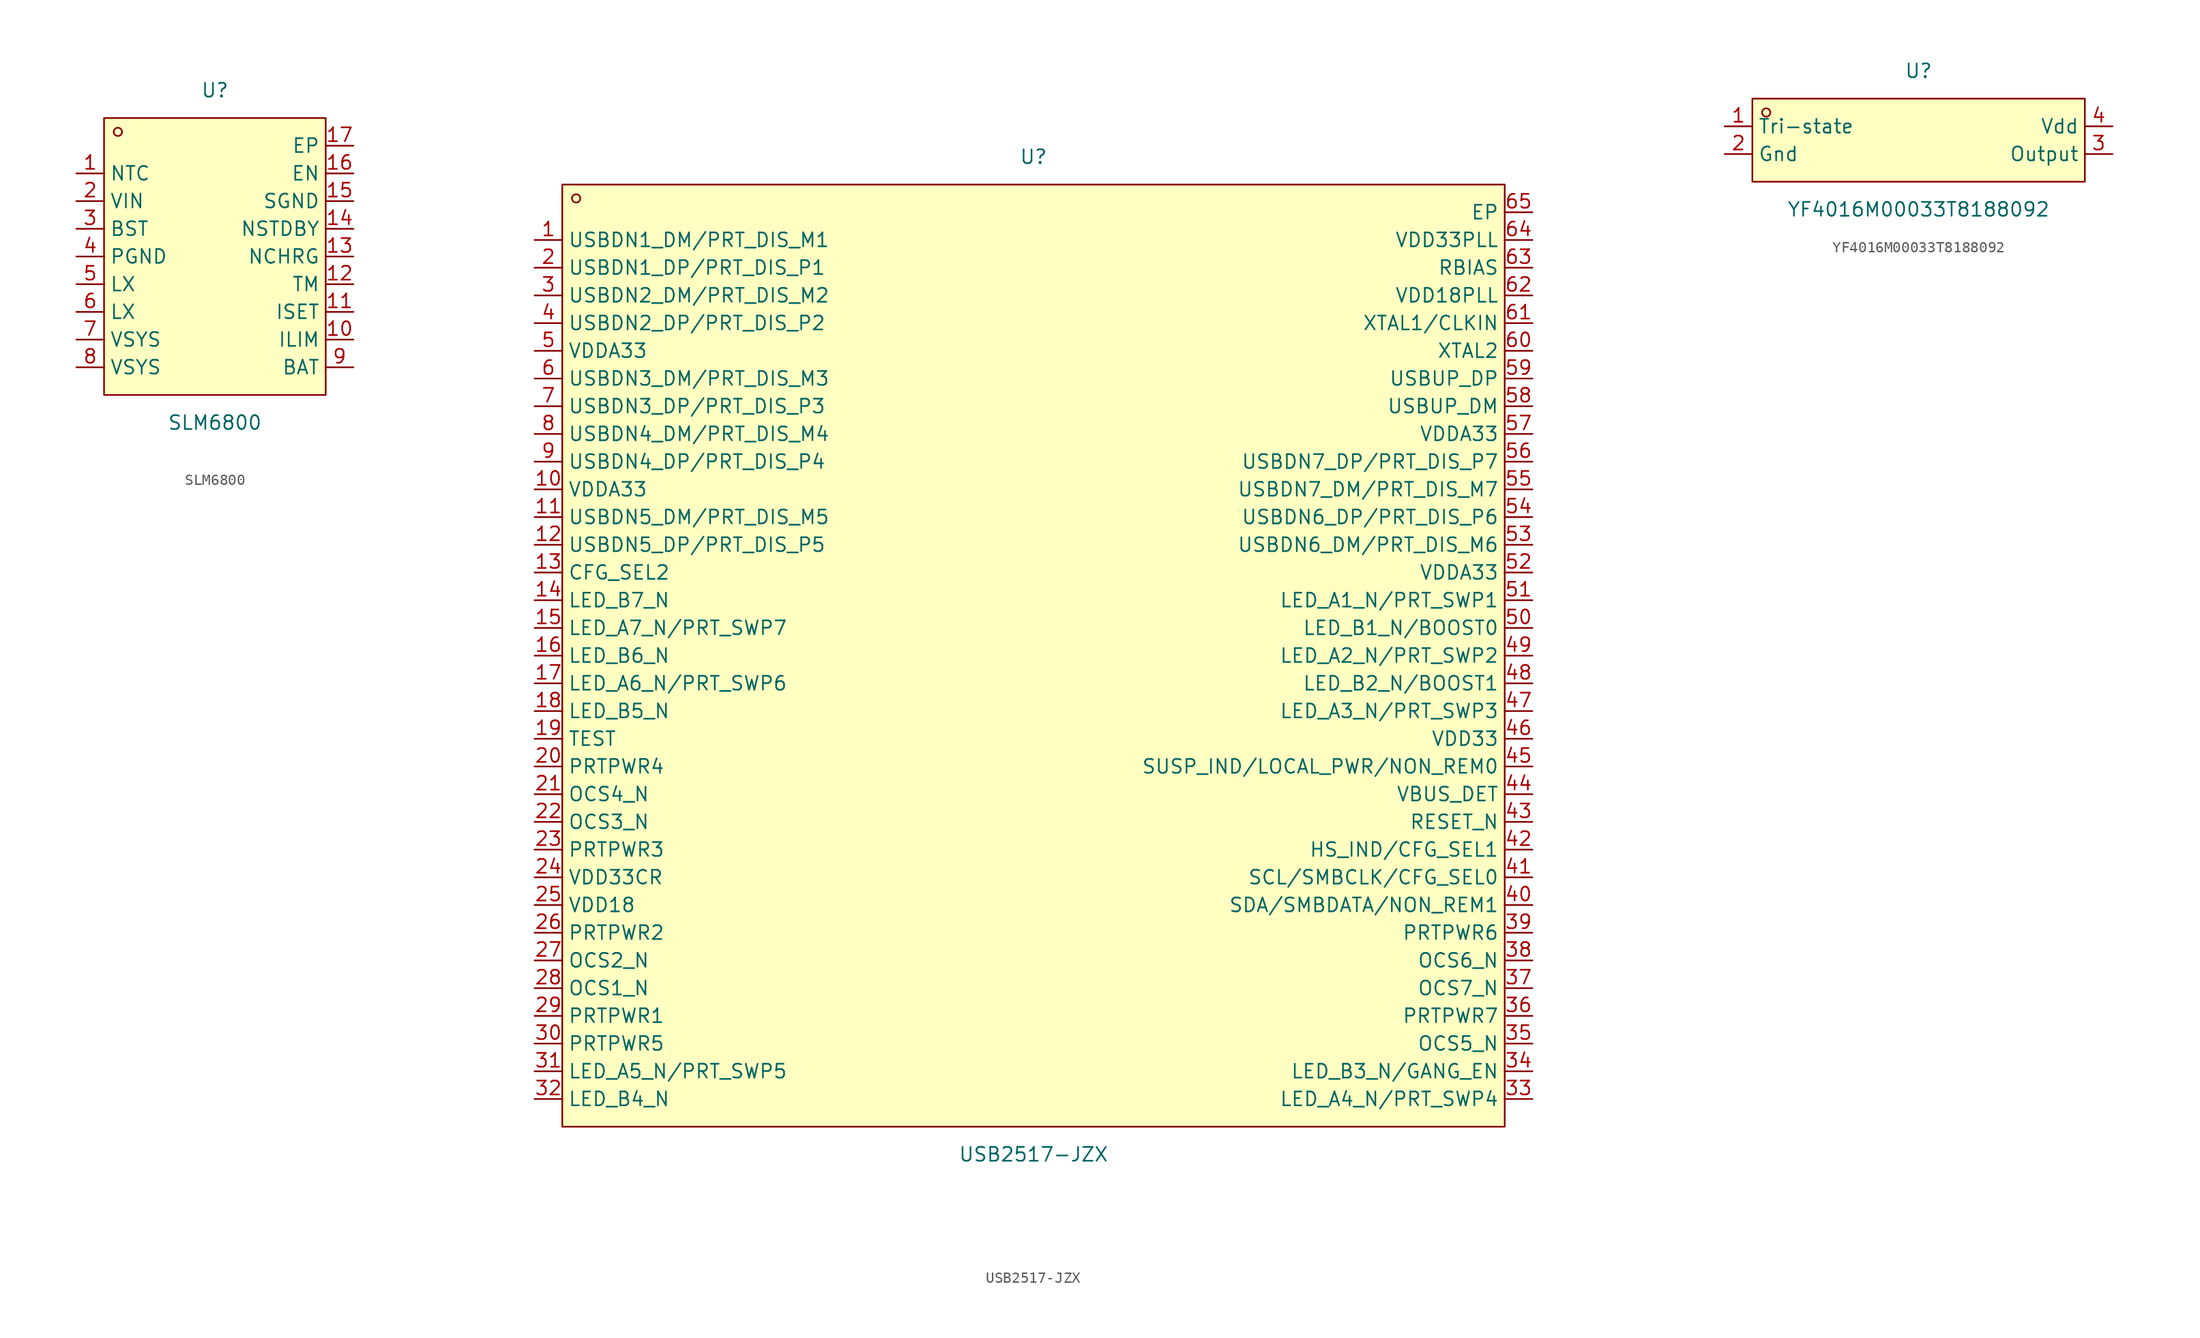
<source format=kicad_sym>
(kicad_symbol_lib
  (version 20211014)
  (generator https://github.com/uPesy/easyeda2kicad.py)
  (symbol "SLM6800"
    (property "Reference" "U"
      (at 0 15.24 0)
      (effects (font (size 1.27 1.27))))
    (property "Value" "SLM6800"
      (at 0 -15.24 0)
      (effects (font (size 1.27 1.27))))
    (symbol "SLM6800_0_1"
      (rectangle (start -10.16 12.70) (end 10.16 -12.70) (stroke (width 0) (type default) (color 0 0 0 0)) (fill (type background)))
      (circle (center -8.89 11.43) (radius 0.38) (stroke (width 0) (type default) (color 0 0 0 0)) (fill (type none)))
      (pin unspecified line (at -12.70 7.62 0) (length 2.54) (name "NTC" (effects (font (size 1.27 1.27)))) (number "1" (effects (font (size 1.27 1.27)))))
      (pin unspecified line (at -12.70 5.08 0) (length 2.54) (name "VIN" (effects (font (size 1.27 1.27)))) (number "2" (effects (font (size 1.27 1.27)))))
      (pin unspecified line (at -12.70 2.54 0) (length 2.54) (name "BST" (effects (font (size 1.27 1.27)))) (number "3" (effects (font (size 1.27 1.27)))))
      (pin unspecified line (at -12.70 -0.00 0) (length 2.54) (name "PGND" (effects (font (size 1.27 1.27)))) (number "4" (effects (font (size 1.27 1.27)))))
      (pin unspecified line (at -12.70 -2.54 0) (length 2.54) (name "LX" (effects (font (size 1.27 1.27)))) (number "5" (effects (font (size 1.27 1.27)))))
      (pin unspecified line (at -12.70 -5.08 0) (length 2.54) (name "LX" (effects (font (size 1.27 1.27)))) (number "6" (effects (font (size 1.27 1.27)))))
      (pin unspecified line (at -12.70 -7.62 0) (length 2.54) (name "VSYS" (effects (font (size 1.27 1.27)))) (number "7" (effects (font (size 1.27 1.27)))))
      (pin unspecified line (at -12.70 -10.16 0) (length 2.54) (name "VSYS" (effects (font (size 1.27 1.27)))) (number "8" (effects (font (size 1.27 1.27)))))
      (pin unspecified line (at 12.70 -10.16 180) (length 2.54) (name "BAT" (effects (font (size 1.27 1.27)))) (number "9" (effects (font (size 1.27 1.27)))))
      (pin unspecified line (at 12.70 -7.62 180) (length 2.54) (name "ILIM" (effects (font (size 1.27 1.27)))) (number "10" (effects (font (size 1.27 1.27)))))
      (pin unspecified line (at 12.70 -5.08 180) (length 2.54) (name "ISET" (effects (font (size 1.27 1.27)))) (number "11" (effects (font (size 1.27 1.27)))))
      (pin unspecified line (at 12.70 -2.54 180) (length 2.54) (name "TM" (effects (font (size 1.27 1.27)))) (number "12" (effects (font (size 1.27 1.27)))))
      (pin unspecified line (at 12.70 -0.00 180) (length 2.54) (name "NCHRG" (effects (font (size 1.27 1.27)))) (number "13" (effects (font (size 1.27 1.27)))))
      (pin unspecified line (at 12.70 2.54 180) (length 2.54) (name "NSTDBY" (effects (font (size 1.27 1.27)))) (number "14" (effects (font (size 1.27 1.27)))))
      (pin unspecified line (at 12.70 5.08 180) (length 2.54) (name "SGND" (effects (font (size 1.27 1.27)))) (number "15" (effects (font (size 1.27 1.27)))))
      (pin unspecified line (at 12.70 7.62 180) (length 2.54) (name "EN" (effects (font (size 1.27 1.27)))) (number "16" (effects (font (size 1.27 1.27)))))
      (pin unspecified line (at 12.70 10.16 180) (length 2.54) (name "EP" (effects (font (size 1.27 1.27)))) (number "17" (effects (font (size 1.27 1.27)))))))
  (symbol "USB2517-JZX"
    (property "Reference" "U"
      (at 0 45.72 0)
      (effects (font (size 1.27 1.27))))
    (property "Value" "USB2517-JZX"
      (at 0 -45.72 0)
      (effects (font (size 1.27 1.27))))
    (symbol "USB2517-JZX_0_1"
      (rectangle (start -43.18 43.18) (end 43.18 -43.18) (stroke (width 0) (type default) (color 0 0 0 0)) (fill (type background)))
      (circle (center -41.91 41.91) (radius 0.38) (stroke (width 0) (type default) (color 0 0 0 0)) (fill (type none)))
      (pin unspecified line (at -45.72 38.10 0) (length 2.54) (name "USBDN1_DM/PRT_DIS_M1" (effects (font (size 1.27 1.27)))) (number "1" (effects (font (size 1.27 1.27)))))
      (pin unspecified line (at -45.72 35.56 0) (length 2.54) (name "USBDN1_DP/PRT_DIS_P1" (effects (font (size 1.27 1.27)))) (number "2" (effects (font (size 1.27 1.27)))))
      (pin unspecified line (at -45.72 33.02 0) (length 2.54) (name "USBDN2_DM/PRT_DIS_M2" (effects (font (size 1.27 1.27)))) (number "3" (effects (font (size 1.27 1.27)))))
      (pin unspecified line (at -45.72 30.48 0) (length 2.54) (name "USBDN2_DP/PRT_DIS_P2" (effects (font (size 1.27 1.27)))) (number "4" (effects (font (size 1.27 1.27)))))
      (pin unspecified line (at -45.72 27.94 0) (length 2.54) (name "VDDA33" (effects (font (size 1.27 1.27)))) (number "5" (effects (font (size 1.27 1.27)))))
      (pin unspecified line (at -45.72 25.40 0) (length 2.54) (name "USBDN3_DM/PRT_DIS_M3" (effects (font (size 1.27 1.27)))) (number "6" (effects (font (size 1.27 1.27)))))
      (pin unspecified line (at -45.72 22.86 0) (length 2.54) (name "USBDN3_DP/PRT_DIS_P3" (effects (font (size 1.27 1.27)))) (number "7" (effects (font (size 1.27 1.27)))))
      (pin unspecified line (at -45.72 20.32 0) (length 2.54) (name "USBDN4_DM/PRT_DIS_M4" (effects (font (size 1.27 1.27)))) (number "8" (effects (font (size 1.27 1.27)))))
      (pin unspecified line (at -45.72 17.78 0) (length 2.54) (name "USBDN4_DP/PRT_DIS_P4" (effects (font (size 1.27 1.27)))) (number "9" (effects (font (size 1.27 1.27)))))
      (pin unspecified line (at -45.72 15.24 0) (length 2.54) (name "VDDA33" (effects (font (size 1.27 1.27)))) (number "10" (effects (font (size 1.27 1.27)))))
      (pin unspecified line (at -45.72 12.70 0) (length 2.54) (name "USBDN5_DM/PRT_DIS_M5" (effects (font (size 1.27 1.27)))) (number "11" (effects (font (size 1.27 1.27)))))
      (pin unspecified line (at -45.72 10.16 0) (length 2.54) (name "USBDN5_DP/PRT_DIS_P5" (effects (font (size 1.27 1.27)))) (number "12" (effects (font (size 1.27 1.27)))))
      (pin unspecified line (at -45.72 7.62 0) (length 2.54) (name "CFG_SEL2" (effects (font (size 1.27 1.27)))) (number "13" (effects (font (size 1.27 1.27)))))
      (pin unspecified line (at -45.72 5.08 0) (length 2.54) (name "LED_B7_N" (effects (font (size 1.27 1.27)))) (number "14" (effects (font (size 1.27 1.27)))))
      (pin unspecified line (at -45.72 2.54 0) (length 2.54) (name "LED_A7_N/PRT_SWP7" (effects (font (size 1.27 1.27)))) (number "15" (effects (font (size 1.27 1.27)))))
      (pin unspecified line (at -45.72 -0.00 0) (length 2.54) (name "LED_B6_N" (effects (font (size 1.27 1.27)))) (number "16" (effects (font (size 1.27 1.27)))))
      (pin unspecified line (at -45.72 -2.54 0) (length 2.54) (name "LED_A6_N/PRT_SWP6" (effects (font (size 1.27 1.27)))) (number "17" (effects (font (size 1.27 1.27)))))
      (pin unspecified line (at -45.72 -5.08 0) (length 2.54) (name "LED_B5_N" (effects (font (size 1.27 1.27)))) (number "18" (effects (font (size 1.27 1.27)))))
      (pin unspecified line (at -45.72 -7.62 0) (length 2.54) (name "TEST" (effects (font (size 1.27 1.27)))) (number "19" (effects (font (size 1.27 1.27)))))
      (pin unspecified line (at -45.72 -10.16 0) (length 2.54) (name "PRTPWR4" (effects (font (size 1.27 1.27)))) (number "20" (effects (font (size 1.27 1.27)))))
      (pin unspecified line (at -45.72 -12.70 0) (length 2.54) (name "OCS4_N" (effects (font (size 1.27 1.27)))) (number "21" (effects (font (size 1.27 1.27)))))
      (pin unspecified line (at -45.72 -15.24 0) (length 2.54) (name "OCS3_N" (effects (font (size 1.27 1.27)))) (number "22" (effects (font (size 1.27 1.27)))))
      (pin unspecified line (at -45.72 -17.78 0) (length 2.54) (name "PRTPWR3" (effects (font (size 1.27 1.27)))) (number "23" (effects (font (size 1.27 1.27)))))
      (pin unspecified line (at -45.72 -20.32 0) (length 2.54) (name "VDD33CR" (effects (font (size 1.27 1.27)))) (number "24" (effects (font (size 1.27 1.27)))))
      (pin unspecified line (at -45.72 -22.86 0) (length 2.54) (name "VDD18" (effects (font (size 1.27 1.27)))) (number "25" (effects (font (size 1.27 1.27)))))
      (pin unspecified line (at -45.72 -25.40 0) (length 2.54) (name "PRTPWR2" (effects (font (size 1.27 1.27)))) (number "26" (effects (font (size 1.27 1.27)))))
      (pin unspecified line (at -45.72 -27.94 0) (length 2.54) (name "OCS2_N" (effects (font (size 1.27 1.27)))) (number "27" (effects (font (size 1.27 1.27)))))
      (pin unspecified line (at -45.72 -30.48 0) (length 2.54) (name "OCS1_N" (effects (font (size 1.27 1.27)))) (number "28" (effects (font (size 1.27 1.27)))))
      (pin unspecified line (at -45.72 -33.02 0) (length 2.54) (name "PRTPWR1" (effects (font (size 1.27 1.27)))) (number "29" (effects (font (size 1.27 1.27)))))
      (pin unspecified line (at -45.72 -35.56 0) (length 2.54) (name "PRTPWR5" (effects (font (size 1.27 1.27)))) (number "30" (effects (font (size 1.27 1.27)))))
      (pin unspecified line (at -45.72 -38.10 0) (length 2.54) (name "LED_A5_N/PRT_SWP5" (effects (font (size 1.27 1.27)))) (number "31" (effects (font (size 1.27 1.27)))))
      (pin unspecified line (at -45.72 -40.64 0) (length 2.54) (name "LED_B4_N" (effects (font (size 1.27 1.27)))) (number "32" (effects (font (size 1.27 1.27)))))
      (pin unspecified line (at 45.72 -40.64 180) (length 2.54) (name "LED_A4_N/PRT_SWP4" (effects (font (size 1.27 1.27)))) (number "33" (effects (font (size 1.27 1.27)))))
      (pin unspecified line (at 45.72 -38.10 180) (length 2.54) (name "LED_B3_N/GANG_EN" (effects (font (size 1.27 1.27)))) (number "34" (effects (font (size 1.27 1.27)))))
      (pin unspecified line (at 45.72 -35.56 180) (length 2.54) (name "OCS5_N" (effects (font (size 1.27 1.27)))) (number "35" (effects (font (size 1.27 1.27)))))
      (pin unspecified line (at 45.72 -33.02 180) (length 2.54) (name "PRTPWR7" (effects (font (size 1.27 1.27)))) (number "36" (effects (font (size 1.27 1.27)))))
      (pin unspecified line (at 45.72 -30.48 180) (length 2.54) (name "OCS7_N" (effects (font (size 1.27 1.27)))) (number "37" (effects (font (size 1.27 1.27)))))
      (pin unspecified line (at 45.72 -27.94 180) (length 2.54) (name "OCS6_N" (effects (font (size 1.27 1.27)))) (number "38" (effects (font (size 1.27 1.27)))))
      (pin unspecified line (at 45.72 -25.40 180) (length 2.54) (name "PRTPWR6" (effects (font (size 1.27 1.27)))) (number "39" (effects (font (size 1.27 1.27)))))
      (pin unspecified line (at 45.72 -22.86 180) (length 2.54) (name "SDA/SMBDATA/NON_REM1" (effects (font (size 1.27 1.27)))) (number "40" (effects (font (size 1.27 1.27)))))
      (pin unspecified line (at 45.72 -20.32 180) (length 2.54) (name "SCL/SMBCLK/CFG_SEL0" (effects (font (size 1.27 1.27)))) (number "41" (effects (font (size 1.27 1.27)))))
      (pin unspecified line (at 45.72 -17.78 180) (length 2.54) (name "HS_IND/CFG_SEL1" (effects (font (size 1.27 1.27)))) (number "42" (effects (font (size 1.27 1.27)))))
      (pin unspecified line (at 45.72 -15.24 180) (length 2.54) (name "RESET_N" (effects (font (size 1.27 1.27)))) (number "43" (effects (font (size 1.27 1.27)))))
      (pin unspecified line (at 45.72 -12.70 180) (length 2.54) (name "VBUS_DET" (effects (font (size 1.27 1.27)))) (number "44" (effects (font (size 1.27 1.27)))))
      (pin unspecified line (at 45.72 -10.16 180) (length 2.54) (name "SUSP_IND/LOCAL_PWR/NON_REM0" (effects (font (size 1.27 1.27)))) (number "45" (effects (font (size 1.27 1.27)))))
      (pin unspecified line (at 45.72 -7.62 180) (length 2.54) (name "VDD33" (effects (font (size 1.27 1.27)))) (number "46" (effects (font (size 1.27 1.27)))))
      (pin unspecified line (at 45.72 -5.08 180) (length 2.54) (name "LED_A3_N/PRT_SWP3" (effects (font (size 1.27 1.27)))) (number "47" (effects (font (size 1.27 1.27)))))
      (pin unspecified line (at 45.72 -2.54 180) (length 2.54) (name "LED_B2_N/BOOST1" (effects (font (size 1.27 1.27)))) (number "48" (effects (font (size 1.27 1.27)))))
      (pin unspecified line (at 45.72 -0.00 180) (length 2.54) (name "LED_A2_N/PRT_SWP2" (effects (font (size 1.27 1.27)))) (number "49" (effects (font (size 1.27 1.27)))))
      (pin unspecified line (at 45.72 2.54 180) (length 2.54) (name "LED_B1_N/BOOST0" (effects (font (size 1.27 1.27)))) (number "50" (effects (font (size 1.27 1.27)))))
      (pin unspecified line (at 45.72 5.08 180) (length 2.54) (name "LED_A1_N/PRT_SWP1" (effects (font (size 1.27 1.27)))) (number "51" (effects (font (size 1.27 1.27)))))
      (pin unspecified line (at 45.72 7.62 180) (length 2.54) (name "VDDA33" (effects (font (size 1.27 1.27)))) (number "52" (effects (font (size 1.27 1.27)))))
      (pin unspecified line (at 45.72 10.16 180) (length 2.54) (name "USBDN6_DM/PRT_DIS_M6" (effects (font (size 1.27 1.27)))) (number "53" (effects (font (size 1.27 1.27)))))
      (pin unspecified line (at 45.72 12.70 180) (length 2.54) (name "USBDN6_DP/PRT_DIS_P6" (effects (font (size 1.27 1.27)))) (number "54" (effects (font (size 1.27 1.27)))))
      (pin unspecified line (at 45.72 15.24 180) (length 2.54) (name "USBDN7_DM/PRT_DIS_M7" (effects (font (size 1.27 1.27)))) (number "55" (effects (font (size 1.27 1.27)))))
      (pin unspecified line (at 45.72 17.78 180) (length 2.54) (name "USBDN7_DP/PRT_DIS_P7" (effects (font (size 1.27 1.27)))) (number "56" (effects (font (size 1.27 1.27)))))
      (pin unspecified line (at 45.72 20.32 180) (length 2.54) (name "VDDA33" (effects (font (size 1.27 1.27)))) (number "57" (effects (font (size 1.27 1.27)))))
      (pin unspecified line (at 45.72 22.86 180) (length 2.54) (name "USBUP_DM" (effects (font (size 1.27 1.27)))) (number "58" (effects (font (size 1.27 1.27)))))
      (pin unspecified line (at 45.72 25.40 180) (length 2.54) (name "USBUP_DP" (effects (font (size 1.27 1.27)))) (number "59" (effects (font (size 1.27 1.27)))))
      (pin unspecified line (at 45.72 27.94 180) (length 2.54) (name "XTAL2" (effects (font (size 1.27 1.27)))) (number "60" (effects (font (size 1.27 1.27)))))
      (pin unspecified line (at 45.72 30.48 180) (length 2.54) (name "XTAL1/CLKIN" (effects (font (size 1.27 1.27)))) (number "61" (effects (font (size 1.27 1.27)))))
      (pin unspecified line (at 45.72 33.02 180) (length 2.54) (name "VDD18PLL" (effects (font (size 1.27 1.27)))) (number "62" (effects (font (size 1.27 1.27)))))
      (pin unspecified line (at 45.72 35.56 180) (length 2.54) (name "RBIAS" (effects (font (size 1.27 1.27)))) (number "63" (effects (font (size 1.27 1.27)))))
      (pin unspecified line (at 45.72 38.10 180) (length 2.54) (name "VDD33PLL" (effects (font (size 1.27 1.27)))) (number "64" (effects (font (size 1.27 1.27)))))
      (pin unspecified line (at 45.72 40.64 180) (length 2.54) (name "EP" (effects (font (size 1.27 1.27)))) (number "65" (effects (font (size 1.27 1.27)))))))
  (symbol "YF4016M00033T8188092"
    (property "Reference" "U"
      (at 0 7.62 0)
      (effects (font (size 1.27 1.27))))
    (property "Value" "YF4016M00033T8188092"
      (at 0 -5.08 0)
      (effects (font (size 1.27 1.27))))
    (symbol "YF4016M00033T8188092_0_1"
      (rectangle (start -15.24 5.08) (end 15.24 -2.54) (stroke (width 0) (type default) (color 0 0 0 0)) (fill (type background)))
      (circle (center -13.97 3.81) (radius 0.38) (stroke (width 0) (type default) (color 0 0 0 0)) (fill (type none)))
      (pin unspecified line (at 17.78 2.54 180) (length 2.54) (name "Vdd" (effects (font (size 1.27 1.27)))) (number "4" (effects (font (size 1.27 1.27)))))
      (pin unspecified line (at 17.78 -0.00 180) (length 2.54) (name "Output" (effects (font (size 1.27 1.27)))) (number "3" (effects (font (size 1.27 1.27)))))
      (pin unspecified line (at -17.78 -0.00 0) (length 2.54) (name "Gnd" (effects (font (size 1.27 1.27)))) (number "2" (effects (font (size 1.27 1.27)))))
      (pin unspecified line (at -17.78 2.54 0) (length 2.54) (name "Tri-state" (effects (font (size 1.27 1.27)))) (number "1" (effects (font (size 1.27 1.27))))))))
</source>
